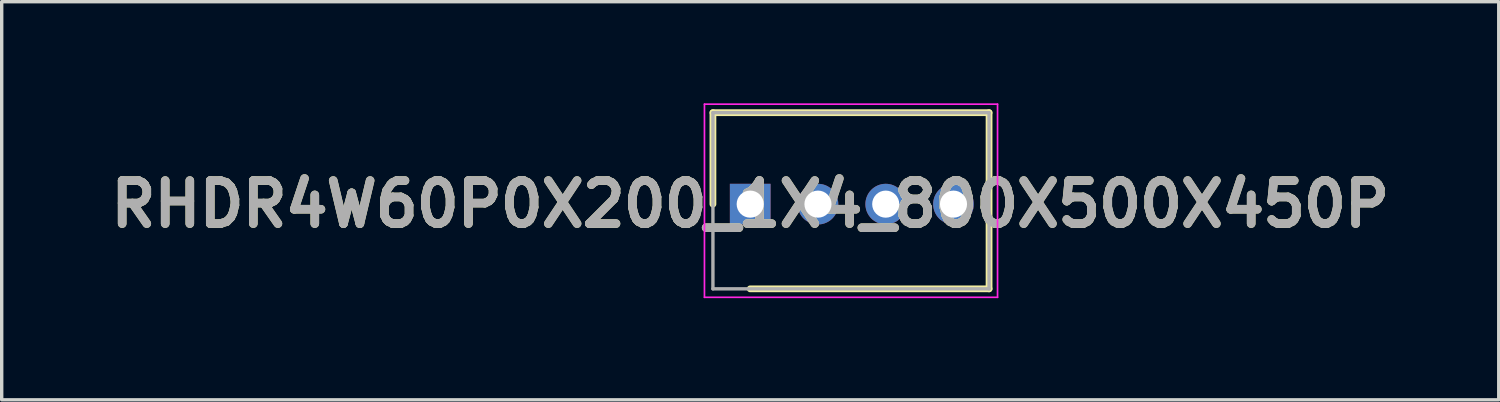
<source format=kicad_pcb>
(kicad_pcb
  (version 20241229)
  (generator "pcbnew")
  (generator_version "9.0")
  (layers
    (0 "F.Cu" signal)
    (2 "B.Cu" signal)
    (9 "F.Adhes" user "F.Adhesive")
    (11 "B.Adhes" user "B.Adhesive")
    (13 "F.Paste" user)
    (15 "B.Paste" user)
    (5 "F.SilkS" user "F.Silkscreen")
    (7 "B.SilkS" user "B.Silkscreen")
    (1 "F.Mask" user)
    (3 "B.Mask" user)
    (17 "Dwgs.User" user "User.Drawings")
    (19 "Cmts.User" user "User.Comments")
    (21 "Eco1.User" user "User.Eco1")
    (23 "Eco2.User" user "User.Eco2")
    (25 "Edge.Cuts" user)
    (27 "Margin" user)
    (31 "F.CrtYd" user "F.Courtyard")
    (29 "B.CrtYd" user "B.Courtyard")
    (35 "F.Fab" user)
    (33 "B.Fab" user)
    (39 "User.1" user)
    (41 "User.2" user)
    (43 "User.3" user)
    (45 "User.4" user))
  (footprint "RHDR4W60P0X200_1X4_800X500X450P"
    (layer "F.Cu")
    (at 19.092 2.975)
    (property "Reference" "RHDR4W60P0X200_1X4_800X500X450P" (at 0 0 0) (layer "F.SilkS") (effects (font (size 1.27 1.27) (thickness 0.254))))
    (attr through_hole)
    (fp_line (start -1.1 -2.7) (end -1.1 0) (stroke (width 0.2) (type solid)) (layer "F.SilkS"))
    (fp_line (start 0 2.5) (end 7.05 2.5) (stroke (width 0.2) (type solid)) (layer "F.SilkS"))
    (fp_line (start 7.05 -2.7) (end -1.1 -2.7) (stroke (width 0.2) (type solid)) (layer "F.SilkS"))
    (fp_line (start 7.05 2.5) (end 7.05 -2.7) (stroke (width 0.2) (type solid)) (layer "F.SilkS"))
    (fp_line (start -1.35 -2.95) (end 7.3 -2.95) (stroke (width 0.05) (type solid)) (layer "F.CrtYd"))
    (fp_line (start -1.35 2.75) (end -1.35 -2.95) (stroke (width 0.05) (type solid)) (layer "F.CrtYd"))
    (fp_line (start 7.3 -2.95) (end 7.3 2.75) (stroke (width 0.05) (type solid)) (layer "F.CrtYd"))
    (fp_line (start 7.3 2.75) (end -1.35 2.75) (stroke (width 0.05) (type solid)) (layer "F.CrtYd"))
    (fp_line (start -1.1 -2.7) (end 7.05 -2.7) (stroke (width 0.1) (type solid)) (layer "F.Fab"))
    (fp_line (start -1.1 2.5) (end -1.1 -2.7) (stroke (width 0.1) (type solid)) (layer "F.Fab"))
    (fp_line (start 7.05 -2.7) (end 7.05 2.5) (stroke (width 0.1) (type solid)) (layer "F.Fab"))
    (fp_line (start 7.05 2.5) (end -1.1 2.5) (stroke (width 0.1) (type solid)) (layer "F.Fab"))
    (fp_text user "${REFERENCE}" (at 0 0 0) (layer "F.Fab") (effects (font (size 1.27 1.27) (thickness 0.254))))
    (pad "1" thru_hole rect (at 0 0) (size 1.2 1.2) (drill 0.8) (layers "*.Cu" "*.Mask"))
    (pad "2" thru_hole circle (at 2 0) (size 1.2 1.2) (drill 0.8) (layers "*.Cu" "*.Mask"))
    (pad "3" thru_hole circle (at 4 0) (size 1.2 1.2) (drill 0.8) (layers "*.Cu" "*.Mask"))
    (pad "4" thru_hole circle (at 6 0) (size 1.2 1.2) (drill 0.8) (layers "*.Cu" "*.Mask")))
  (gr_rect
    (start -3 -3)
    (end 41.185 8.75)
    (stroke (width 0.1) (type default))
    (fill no)
    (layer "Edge.Cuts")))
</source>
